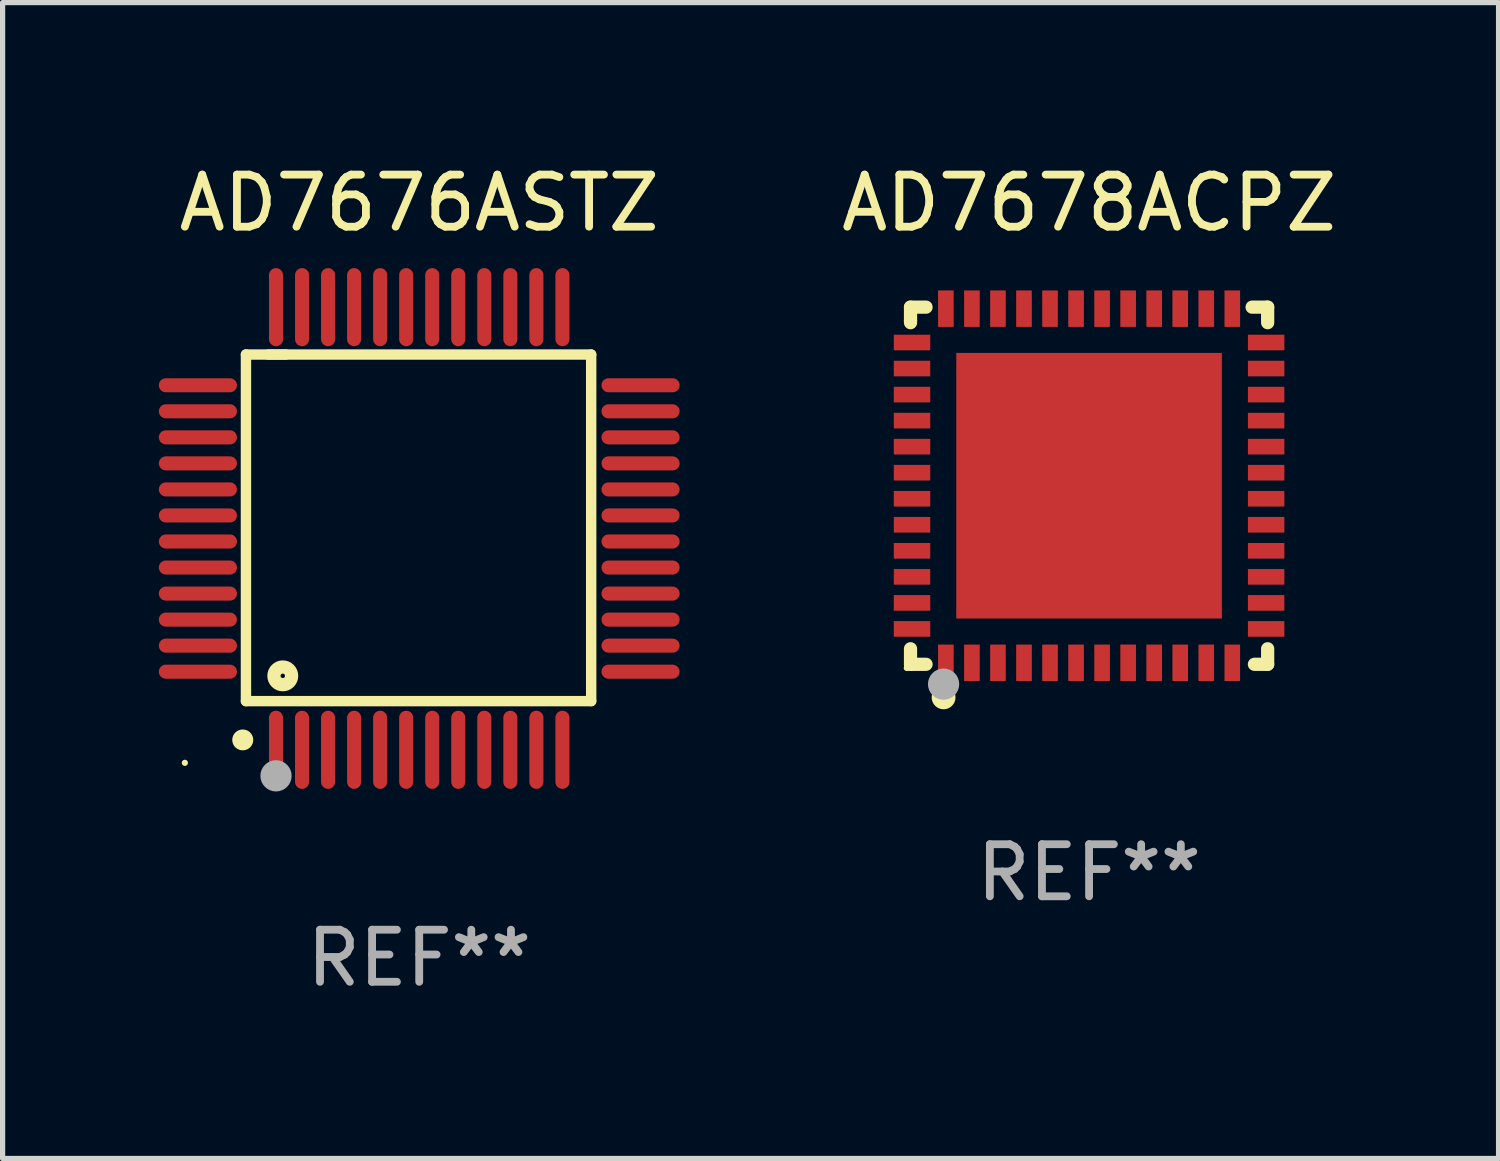
<source format=kicad_pcb>
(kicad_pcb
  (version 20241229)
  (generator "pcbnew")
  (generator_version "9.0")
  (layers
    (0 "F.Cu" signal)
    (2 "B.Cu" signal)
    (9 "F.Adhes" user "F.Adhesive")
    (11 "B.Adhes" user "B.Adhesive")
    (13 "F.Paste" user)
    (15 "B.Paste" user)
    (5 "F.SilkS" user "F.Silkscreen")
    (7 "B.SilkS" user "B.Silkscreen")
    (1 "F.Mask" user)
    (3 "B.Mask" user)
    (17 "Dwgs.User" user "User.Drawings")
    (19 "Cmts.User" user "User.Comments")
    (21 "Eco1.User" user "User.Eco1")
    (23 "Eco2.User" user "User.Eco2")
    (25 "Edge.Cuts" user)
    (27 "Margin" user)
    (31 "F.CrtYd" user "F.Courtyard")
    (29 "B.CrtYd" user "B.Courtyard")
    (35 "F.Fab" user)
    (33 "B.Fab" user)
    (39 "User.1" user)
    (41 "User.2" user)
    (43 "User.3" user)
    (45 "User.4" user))
  (footprint "AD7676ASTZ"
    (layer "F.Cu")
    (at 5 7.098)
    (property "Reference" "AD7676ASTZ" (at 0 -6.25 0) (layer "F.SilkS") (effects (font (size 1 1) (thickness 0.15))))
    (attr through_hole)
    (fp_line (start -3.327 -3.34) (end -2.565 -3.34) (stroke (width 0.2) (type solid)) (layer "F.SilkS"))
    (fp_line (start -3.327 3.315) (end -3.327 -3.34) (stroke (width 0.2) (type solid)) (layer "F.SilkS"))
    (fp_line (start -2.896 -3.34) (end 3.302 -3.34) (stroke (width 0.2) (type solid)) (layer "F.SilkS"))
    (fp_line (start 3.302 -3.34) (end 3.302 3.315) (stroke (width 0.2) (type solid)) (layer "F.SilkS"))
    (fp_line (start 3.302 3.315) (end -3.327 3.315) (stroke (width 0.2) (type solid)) (layer "F.SilkS"))
    (fp_arc (start -3.389992 4.059995) (mid -3.388722 4.059991) (end -3.387452 4.059995) (stroke (width 0.4) (type solid)) (layer "F.SilkS"))
    (fp_circle (center -4.5 4.5) (end -4.47 4.5) (stroke (width 0.06) (type solid)) (fill no) (layer "F.SilkS"))
    (fp_circle (center -2.62 2.83) (end -2.45 2.83) (stroke (width 0.254) (type solid)) (fill no) (layer "F.SilkS"))
    (fp_circle (center -2.75 4.75) (end -2.6 4.75) (stroke (width 0.3) (type solid)) (fill no) (layer "F.Fab"))
    (fp_text user "REF**" (at 0 8.25 0) (layer "F.Fab") (effects (font (size 1 1) (thickness 0.15))))
    (pad "1" smd oval (at -2.75 4.25) (size 0.27 1.5) (layers "F.Cu" "F.Mask" "F.Paste"))
    (pad "2" smd oval (at -2.25 4.25) (size 0.27 1.5) (layers "F.Cu" "F.Mask" "F.Paste"))
    (pad "3" smd oval (at -1.75 4.25) (size 0.27 1.5) (layers "F.Cu" "F.Mask" "F.Paste"))
    (pad "4" smd oval (at -1.25 4.25) (size 0.27 1.5) (layers "F.Cu" "F.Mask" "F.Paste"))
    (pad "5" smd oval (at -0.75 4.25) (size 0.27 1.5) (layers "F.Cu" "F.Mask" "F.Paste"))
    (pad "6" smd oval (at -0.25 4.25) (size 0.27 1.5) (layers "F.Cu" "F.Mask" "F.Paste"))
    (pad "7" smd oval (at 0.25 4.25) (size 0.27 1.5) (layers "F.Cu" "F.Mask" "F.Paste"))
    (pad "8" smd oval (at 0.75 4.25) (size 0.27 1.5) (layers "F.Cu" "F.Mask" "F.Paste"))
    (pad "9" smd oval (at 1.25 4.25) (size 0.27 1.5) (layers "F.Cu" "F.Mask" "F.Paste"))
    (pad "10" smd oval (at 1.75 4.25) (size 0.27 1.5) (layers "F.Cu" "F.Mask" "F.Paste"))
    (pad "11" smd oval (at 2.25 4.25) (size 0.27 1.5) (layers "F.Cu" "F.Mask" "F.Paste"))
    (pad "12" smd oval (at 2.75 4.25) (size 0.27 1.5) (layers "F.Cu" "F.Mask" "F.Paste"))
    (pad "13" smd oval (at 4.25 2.75) (size 1.5 0.27) (layers "F.Cu" "F.Mask" "F.Paste"))
    (pad "14" smd oval (at 4.25 2.25) (size 1.5 0.27) (layers "F.Cu" "F.Mask" "F.Paste"))
    (pad "15" smd oval (at 4.25 1.75) (size 1.5 0.27) (layers "F.Cu" "F.Mask" "F.Paste"))
    (pad "16" smd oval (at 4.25 1.25) (size 1.5 0.27) (layers "F.Cu" "F.Mask" "F.Paste"))
    (pad "17" smd oval (at 4.25 0.75) (size 1.5 0.27) (layers "F.Cu" "F.Mask" "F.Paste"))
    (pad "18" smd oval (at 4.25 0.25) (size 1.5 0.27) (layers "F.Cu" "F.Mask" "F.Paste"))
    (pad "19" smd oval (at 4.25 -0.25) (size 1.5 0.27) (layers "F.Cu" "F.Mask" "F.Paste"))
    (pad "20" smd oval (at 4.25 -0.75) (size 1.5 0.27) (layers "F.Cu" "F.Mask" "F.Paste"))
    (pad "21" smd oval (at 4.25 -1.25) (size 1.5 0.27) (layers "F.Cu" "F.Mask" "F.Paste"))
    (pad "22" smd oval (at 4.25 -1.75) (size 1.5 0.27) (layers "F.Cu" "F.Mask" "F.Paste"))
    (pad "23" smd oval (at 4.25 -2.25) (size 1.5 0.27) (layers "F.Cu" "F.Mask" "F.Paste"))
    (pad "24" smd oval (at 4.25 -2.75) (size 1.5 0.27) (layers "F.Cu" "F.Mask" "F.Paste"))
    (pad "25" smd oval (at 2.75 -4.25) (size 0.27 1.5) (layers "F.Cu" "F.Mask" "F.Paste"))
    (pad "26" smd oval (at 2.25 -4.25) (size 0.27 1.5) (layers "F.Cu" "F.Mask" "F.Paste"))
    (pad "27" smd oval (at 1.75 -4.25) (size 0.27 1.5) (layers "F.Cu" "F.Mask" "F.Paste"))
    (pad "28" smd oval (at 1.25 -4.25) (size 0.27 1.5) (layers "F.Cu" "F.Mask" "F.Paste"))
    (pad "29" smd oval (at 0.75 -4.25) (size 0.27 1.5) (layers "F.Cu" "F.Mask" "F.Paste"))
    (pad "30" smd oval (at 0.25 -4.25) (size 0.27 1.5) (layers "F.Cu" "F.Mask" "F.Paste"))
    (pad "31" smd oval (at -0.25 -4.25) (size 0.27 1.5) (layers "F.Cu" "F.Mask" "F.Paste"))
    (pad "32" smd oval (at -0.75 -4.25) (size 0.27 1.5) (layers "F.Cu" "F.Mask" "F.Paste"))
    (pad "33" smd oval (at -1.25 -4.25) (size 0.27 1.5) (layers "F.Cu" "F.Mask" "F.Paste"))
    (pad "34" smd oval (at -1.75 -4.25) (size 0.27 1.5) (layers "F.Cu" "F.Mask" "F.Paste"))
    (pad "35" smd oval (at -2.25 -4.25) (size 0.27 1.5) (layers "F.Cu" "F.Mask" "F.Paste"))
    (pad "36" smd oval (at -2.75 -4.25) (size 0.27 1.5) (layers "F.Cu" "F.Mask" "F.Paste"))
    (pad "37" smd oval (at -4.25 -2.75) (size 1.5 0.27) (layers "F.Cu" "F.Mask" "F.Paste"))
    (pad "38" smd oval (at -4.25 -2.25) (size 1.5 0.27) (layers "F.Cu" "F.Mask" "F.Paste"))
    (pad "39" smd oval (at -4.25 -1.75) (size 1.5 0.27) (layers "F.Cu" "F.Mask" "F.Paste"))
    (pad "40" smd oval (at -4.25 -1.25) (size 1.5 0.27) (layers "F.Cu" "F.Mask" "F.Paste"))
    (pad "41" smd oval (at -4.25 -0.75) (size 1.5 0.27) (layers "F.Cu" "F.Mask" "F.Paste"))
    (pad "42" smd oval (at -4.25 -0.25) (size 1.5 0.27) (layers "F.Cu" "F.Mask" "F.Paste"))
    (pad "43" smd oval (at -4.25 0.25) (size 1.5 0.27) (layers "F.Cu" "F.Mask" "F.Paste"))
    (pad "44" smd oval (at -4.25 0.75) (size 1.5 0.27) (layers "F.Cu" "F.Mask" "F.Paste"))
    (pad "45" smd oval (at -4.25 1.25) (size 1.5 0.27) (layers "F.Cu" "F.Mask" "F.Paste"))
    (pad "46" smd oval (at -4.25 1.75) (size 1.5 0.27) (layers "F.Cu" "F.Mask" "F.Paste"))
    (pad "47" smd oval (at -4.25 2.25) (size 1.5 0.27) (layers "F.Cu" "F.Mask" "F.Paste"))
    (pad "48" smd oval (at -4.25 2.75) (size 1.5 0.27) (layers "F.Cu" "F.Mask" "F.Paste")))
  (footprint "AD7678ACPZ"
    (layer "F.Cu")
    (at 17.863 6.277)
    (property "Reference" "AD7678ACPZ" (at 0 -5.429 0) (layer "F.SilkS") (effects (font (size 1 1) (thickness 0.15))))
    (attr through_hole)
    (fp_line (start -3.429 -3.429) (end -3.429 -3.175) (stroke (width 0.254) (type solid)) (layer "F.SilkS"))
    (fp_line (start -3.429 -3.175) (end -3.429 -3.131) (stroke (width 0.254) (type solid)) (layer "F.SilkS"))
    (fp_line (start -3.429 3.131) (end -3.429 3.429) (stroke (width 0.254) (type solid)) (layer "F.SilkS"))
    (fp_line (start -3.429 3.429) (end -3.131 3.429) (stroke (width 0.254) (type solid)) (layer "F.SilkS"))
    (fp_line (start -3.131 -3.429) (end -3.429 -3.429) (stroke (width 0.254) (type solid)) (layer "F.SilkS"))
    (fp_line (start 3.131 -3.429) (end 3.429 -3.429) (stroke (width 0.254) (type solid)) (layer "F.SilkS"))
    (fp_line (start 3.429 -3.429) (end 3.429 -3.131) (stroke (width 0.254) (type solid)) (layer "F.SilkS"))
    (fp_line (start 3.429 3.131) (end 3.429 3.429) (stroke (width 0.254) (type solid)) (layer "F.SilkS"))
    (fp_line (start 3.429 3.429) (end 3.175 3.429) (stroke (width 0.254) (type solid)) (layer "F.SilkS"))
    (fp_circle (center -3.5 3.5) (end -3.47 3.5) (stroke (width 0.06) (type solid)) (fill no) (layer "F.SilkS"))
    (fp_circle (center -2.794 4.064) (end -2.667 4.064) (stroke (width 0.204) (type solid)) (fill no) (layer "F.SilkS"))
    (fp_circle (center -2.794 3.81) (end -2.644 3.81) (stroke (width 0.3) (type solid)) (fill no) (layer "F.Fab"))
    (fp_text user "REF**" (at 0 7.429 0) (layer "F.Fab") (effects (font (size 1 1) (thickness 0.15))))
    (pad "1" smd rect (at -2.75 3.4) (size 0.3 0.7) (layers "F.Cu" "F.Mask" "F.Paste"))
    (pad "2" smd rect (at -2.25 3.4) (size 0.3 0.7) (layers "F.Cu" "F.Mask" "F.Paste"))
    (pad "3" smd rect (at -1.75 3.4) (size 0.3 0.7) (layers "F.Cu" "F.Mask" "F.Paste"))
    (pad "4" smd rect (at -1.25 3.4) (size 0.3 0.7) (layers "F.Cu" "F.Mask" "F.Paste"))
    (pad "5" smd rect (at -0.75 3.4) (size 0.3 0.7) (layers "F.Cu" "F.Mask" "F.Paste"))
    (pad "6" smd rect (at -0.25 3.4) (size 0.3 0.7) (layers "F.Cu" "F.Mask" "F.Paste"))
    (pad "7" smd rect (at 0.25 3.4) (size 0.3 0.7) (layers "F.Cu" "F.Mask" "F.Paste"))
    (pad "8" smd rect (at 0.75 3.4) (size 0.3 0.7) (layers "F.Cu" "F.Mask" "F.Paste"))
    (pad "9" smd rect (at 1.25 3.4) (size 0.3 0.7) (layers "F.Cu" "F.Mask" "F.Paste"))
    (pad "10" smd rect (at 1.75 3.4) (size 0.3 0.7) (layers "F.Cu" "F.Mask" "F.Paste"))
    (pad "11" smd rect (at 2.25 3.4) (size 0.3 0.7) (layers "F.Cu" "F.Mask" "F.Paste"))
    (pad "12" smd rect (at 2.75 3.4) (size 0.3 0.7) (layers "F.Cu" "F.Mask" "F.Paste"))
    (pad "13" smd rect (at 3.4 2.75) (size 0.7 0.3) (layers "F.Cu" "F.Mask" "F.Paste"))
    (pad "14" smd rect (at 3.4 2.25) (size 0.7 0.3) (layers "F.Cu" "F.Mask" "F.Paste"))
    (pad "15" smd rect (at 3.4 1.75) (size 0.7 0.3) (layers "F.Cu" "F.Mask" "F.Paste"))
    (pad "16" smd rect (at 3.4 1.25) (size 0.7 0.3) (layers "F.Cu" "F.Mask" "F.Paste"))
    (pad "17" smd rect (at 3.4 0.75) (size 0.7 0.3) (layers "F.Cu" "F.Mask" "F.Paste"))
    (pad "18" smd rect (at 3.4 0.25) (size 0.7 0.3) (layers "F.Cu" "F.Mask" "F.Paste"))
    (pad "19" smd rect (at 3.4 -0.25) (size 0.7 0.3) (layers "F.Cu" "F.Mask" "F.Paste"))
    (pad "20" smd rect (at 3.4 -0.75) (size 0.7 0.3) (layers "F.Cu" "F.Mask" "F.Paste"))
    (pad "21" smd rect (at 3.4 -1.25) (size 0.7 0.3) (layers "F.Cu" "F.Mask" "F.Paste"))
    (pad "22" smd rect (at 3.4 -1.75) (size 0.7 0.3) (layers "F.Cu" "F.Mask" "F.Paste"))
    (pad "23" smd rect (at 3.4 -2.25) (size 0.7 0.3) (layers "F.Cu" "F.Mask" "F.Paste"))
    (pad "24" smd rect (at 3.4 -2.75) (size 0.7 0.3) (layers "F.Cu" "F.Mask" "F.Paste"))
    (pad "25" smd rect (at 2.75 -3.4) (size 0.3 0.7) (layers "F.Cu" "F.Mask" "F.Paste"))
    (pad "26" smd rect (at 2.25 -3.4) (size 0.3 0.7) (layers "F.Cu" "F.Mask" "F.Paste"))
    (pad "27" smd rect (at 1.75 -3.4) (size 0.3 0.7) (layers "F.Cu" "F.Mask" "F.Paste"))
    (pad "28" smd rect (at 1.25 -3.4) (size 0.3 0.7) (layers "F.Cu" "F.Mask" "F.Paste"))
    (pad "29" smd rect (at 0.75 -3.4) (size 0.3 0.7) (layers "F.Cu" "F.Mask" "F.Paste"))
    (pad "30" smd rect (at 0.25 -3.4) (size 0.3 0.7) (layers "F.Cu" "F.Mask" "F.Paste"))
    (pad "31" smd rect (at -0.25 -3.4) (size 0.3 0.7) (layers "F.Cu" "F.Mask" "F.Paste"))
    (pad "32" smd rect (at -0.75 -3.4) (size 0.3 0.7) (layers "F.Cu" "F.Mask" "F.Paste"))
    (pad "33" smd rect (at -1.25 -3.4) (size 0.3 0.7) (layers "F.Cu" "F.Mask" "F.Paste"))
    (pad "34" smd rect (at -1.75 -3.4) (size 0.3 0.7) (layers "F.Cu" "F.Mask" "F.Paste"))
    (pad "35" smd rect (at -2.25 -3.4) (size 0.3 0.7) (layers "F.Cu" "F.Mask" "F.Paste"))
    (pad "36" smd rect (at -2.75 -3.4) (size 0.3 0.7) (layers "F.Cu" "F.Mask" "F.Paste"))
    (pad "37" smd rect (at -3.4 -2.75) (size 0.7 0.3) (layers "F.Cu" "F.Mask" "F.Paste"))
    (pad "38" smd rect (at -3.4 -2.25) (size 0.7 0.3) (layers "F.Cu" "F.Mask" "F.Paste"))
    (pad "39" smd rect (at -3.4 -1.75) (size 0.7 0.3) (layers "F.Cu" "F.Mask" "F.Paste"))
    (pad "40" smd rect (at -3.4 -1.25) (size 0.7 0.3) (layers "F.Cu" "F.Mask" "F.Paste"))
    (pad "41" smd rect (at -3.4 -0.75) (size 0.7 0.3) (layers "F.Cu" "F.Mask" "F.Paste"))
    (pad "42" smd rect (at -3.4 -0.25) (size 0.7 0.3) (layers "F.Cu" "F.Mask" "F.Paste"))
    (pad "43" smd rect (at -3.4 0.25) (size 0.7 0.3) (layers "F.Cu" "F.Mask" "F.Paste"))
    (pad "44" smd rect (at -3.4 0.75) (size 0.7 0.3) (layers "F.Cu" "F.Mask" "F.Paste"))
    (pad "45" smd rect (at -3.4 1.25) (size 0.7 0.3) (layers "F.Cu" "F.Mask" "F.Paste"))
    (pad "46" smd rect (at -3.4 1.75) (size 0.7 0.3) (layers "F.Cu" "F.Mask" "F.Paste"))
    (pad "47" smd rect (at -3.4 2.25) (size 0.7 0.3) (layers "F.Cu" "F.Mask" "F.Paste"))
    (pad "48" smd rect (at -3.4 2.75) (size 0.7 0.3) (layers "F.Cu" "F.Mask" "F.Paste"))
    (pad "49" smd rect (at 0 0) (size 5.1 5.1) (layers "F.Cu" "F.Mask" "F.Paste")))
  (gr_rect
    (start -3 -3)
    (end 25.726 19.196)
    (stroke (width 0.1) (type default))
    (fill no)
    (layer "Edge.Cuts")))
</source>
